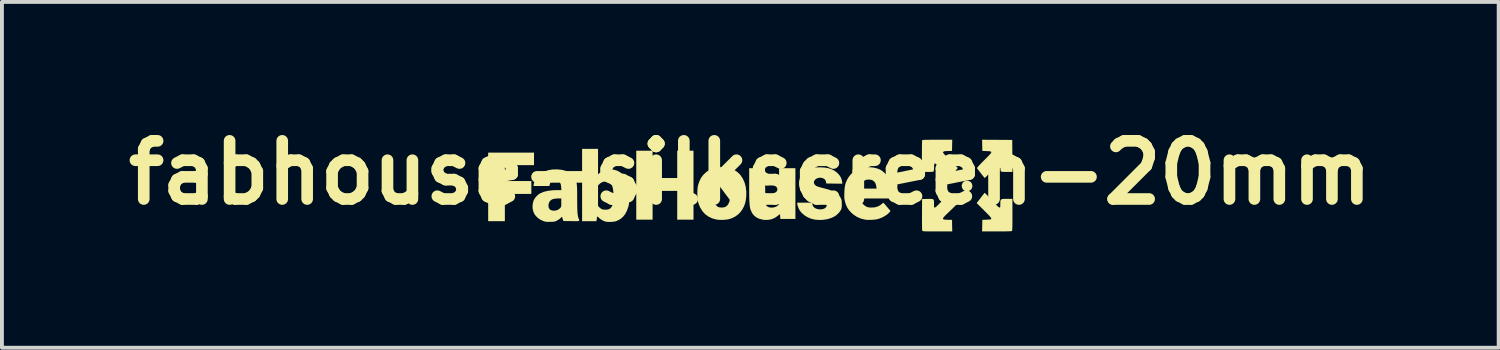
<source format=kicad_pcb>
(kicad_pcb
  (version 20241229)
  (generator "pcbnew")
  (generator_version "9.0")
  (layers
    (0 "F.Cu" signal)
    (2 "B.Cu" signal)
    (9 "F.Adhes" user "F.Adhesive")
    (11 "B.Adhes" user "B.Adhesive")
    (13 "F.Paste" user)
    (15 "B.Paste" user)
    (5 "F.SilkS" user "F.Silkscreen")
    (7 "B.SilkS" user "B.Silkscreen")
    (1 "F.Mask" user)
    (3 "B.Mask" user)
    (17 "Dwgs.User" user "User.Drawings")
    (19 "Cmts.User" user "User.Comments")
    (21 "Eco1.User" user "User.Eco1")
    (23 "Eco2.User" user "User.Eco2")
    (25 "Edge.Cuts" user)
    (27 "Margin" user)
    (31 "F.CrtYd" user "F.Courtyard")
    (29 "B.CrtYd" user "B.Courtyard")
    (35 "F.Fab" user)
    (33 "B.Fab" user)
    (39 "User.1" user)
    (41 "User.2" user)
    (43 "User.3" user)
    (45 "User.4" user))
  (footprint "fabhouse-silkscreen-20mm"
    (layer "F.Cu")
    (at 16.3 1.404)
    (property "Reference" "fabhouse-silkscreen-20mm" (at 0 0 0) (layer "F.SilkS") (effects (font (size 1.5 1.5) (thickness 0.3))))
    (attr board_only exclude_from_pos_files exclude_from_bom)
    (fp_poly (pts (xy -5.578 -0.357) (xy -5.578 -0.195) (xy -5.954 -0.195) (xy -6.33 -0.195) (xy -6.33 0.01) (xy -6.33 0.215) (xy -5.989 0.215) (xy -5.647 0.215) (xy -5.647 0.381) (xy -5.647 0.547) (xy -5.989 0.547) (xy -6.33 0.547) (xy -6.33 0.899) (xy -6.33 1.25) (xy -6.545 1.25) (xy -6.76 1.25) (xy -6.76 0.366) (xy -6.76 -0.518) (xy -6.169 -0.518) (xy -5.578 -0.518)) (stroke (width 0) (type solid)) (fill yes) (layer "F.SilkS"))
    (fp_poly (pts (xy 5.619 0.208) (xy 5.661 0.224) (xy 5.696 0.253) (xy 5.711 0.275) (xy 5.726 0.323) (xy 5.725 0.369) (xy 5.709 0.41) (xy 5.682 0.443) (xy 5.646 0.467) (xy 5.603 0.478) (xy 5.556 0.475) (xy 5.52 0.461) (xy 5.484 0.431) (xy 5.461 0.39) (xy 5.452 0.343) (xy 5.46 0.294) (xy 5.467 0.278) (xy 5.494 0.241) (xy 5.531 0.217) (xy 5.575 0.206)) (stroke (width 0) (type solid)) (fill yes) (layer "F.SilkS"))
    (fp_poly (pts (xy -2.52 -0.215) (xy -2.52 0.137) (xy -2.203 0.137) (xy -1.885 0.137) (xy -1.885 -0.215) (xy -1.885 -0.567) (xy -1.675 -0.567) (xy -1.465 -0.567) (xy -1.465 0.322) (xy -1.465 1.211) (xy -1.675 1.211) (xy -1.885 1.211) (xy -1.885 0.84) (xy -1.885 0.469) (xy -2.203 0.469) (xy -2.52 0.469) (xy -2.52 0.84) (xy -2.52 1.211) (xy -2.731 1.211) (xy -2.941 1.211) (xy -2.941 0.322) (xy -2.941 -0.567) (xy -2.731 -0.567) (xy -2.52 -0.567)) (stroke (width 0) (type solid)) (fill yes) (layer "F.SilkS"))
    (fp_poly (pts (xy 6.367 -0.848) (xy 6.755 -0.845) (xy 6.758 -0.432) (xy 6.761 -0.02) (xy 6.621 -0.02) (xy 6.57 -0.02) (xy 6.525 -0.022) (xy 6.491 -0.025) (xy 6.47 -0.028) (xy 6.467 -0.029) (xy 6.46 -0.039) (xy 6.455 -0.059) (xy 6.451 -0.093) (xy 6.449 -0.141) (xy 6.447 -0.187) (xy 6.445 -0.217) (xy 6.442 -0.235) (xy 6.436 -0.242) (xy 6.428 -0.244) (xy 6.416 -0.237) (xy 6.393 -0.217) (xy 6.359 -0.185) (xy 6.317 -0.143) (xy 6.268 -0.092) (xy 6.232 -0.054) (xy 6.184 -0.003) (xy 6.141 0.042) (xy 6.104 0.081) (xy 6.075 0.111) (xy 6.055 0.13) (xy 6.047 0.137) (xy 6.039 0.129) (xy 6.021 0.109) (xy 5.996 0.079) (xy 5.966 0.041) (xy 5.948 0.017) (xy 5.915 -0.025) (xy 5.886 -0.063) (xy 5.864 -0.092) (xy 5.85 -0.111) (xy 5.847 -0.116) (xy 5.85 -0.125) (xy 5.863 -0.144) (xy 5.888 -0.173) (xy 5.926 -0.214) (xy 5.977 -0.266) (xy 6.034 -0.324) (xy 6.096 -0.386) (xy 6.144 -0.435) (xy 6.18 -0.474) (xy 6.204 -0.503) (xy 6.215 -0.523) (xy 6.214 -0.538) (xy 6.202 -0.546) (xy 6.179 -0.552) (xy 6.146 -0.555) (xy 6.102 -0.557) (xy 6.095 -0.557) (xy 5.984 -0.562) (xy 5.981 -0.706) (xy 5.978 -0.85)) (stroke (width 0) (type solid)) (fill yes) (layer "F.SilkS"))
    (fp_poly (pts (xy 5.25 0.651) (xy 5.355 0.786) (xy 5.158 0.978) (xy 5.1 1.034) (xy 5.054 1.078) (xy 5.02 1.112) (xy 4.996 1.138) (xy 4.981 1.157) (xy 4.972 1.17) (xy 4.969 1.179) (xy 4.97 1.187) (xy 4.971 1.19) (xy 4.978 1.199) (xy 4.988 1.205) (xy 5.005 1.209) (xy 5.034 1.212) (xy 5.077 1.213) (xy 5.092 1.214) (xy 5.202 1.216) (xy 5.205 1.365) (xy 5.208 1.514) (xy 4.827 1.514) (xy 4.73 1.514) (xy 4.652 1.514) (xy 4.589 1.514) (xy 4.54 1.513) (xy 4.503 1.512) (xy 4.477 1.51) (xy 4.459 1.508) (xy 4.447 1.505) (xy 4.441 1.502) (xy 4.437 1.497) (xy 4.435 1.495) (xy 4.433 1.479) (xy 4.43 1.444) (xy 4.429 1.39) (xy 4.428 1.316) (xy 4.427 1.224) (xy 4.428 1.113) (xy 4.428 1.077) (xy 4.43 0.679) (xy 4.569 0.676) (xy 4.63 0.675) (xy 4.674 0.676) (xy 4.704 0.681) (xy 4.723 0.692) (xy 4.733 0.711) (xy 4.737 0.74) (xy 4.738 0.781) (xy 4.738 0.802) (xy 4.738 0.846) (xy 4.739 0.874) (xy 4.742 0.89) (xy 4.748 0.897) (xy 4.757 0.899) (xy 4.76 0.899) (xy 4.773 0.894) (xy 4.794 0.878) (xy 4.823 0.851) (xy 4.863 0.811) (xy 4.914 0.757) (xy 4.921 0.75) (xy 4.965 0.702) (xy 5.009 0.656) (xy 5.048 0.615) (xy 5.079 0.582) (xy 5.101 0.56) (xy 5.103 0.558) (xy 5.146 0.516)) (stroke (width 0) (type solid)) (fill yes) (layer "F.SilkS"))
    (fp_poly (pts (xy 6.046 0.523) (xy 6.056 0.529) (xy 6.069 0.541) (xy 6.089 0.56) (xy 6.115 0.588) (xy 6.15 0.624) (xy 6.194 0.672) (xy 6.249 0.731) (xy 6.316 0.803) (xy 6.321 0.807) (xy 6.363 0.851) (xy 6.397 0.881) (xy 6.419 0.896) (xy 6.426 0.898) (xy 6.436 0.897) (xy 6.442 0.892) (xy 6.446 0.879) (xy 6.447 0.855) (xy 6.448 0.815) (xy 6.448 0.806) (xy 6.448 0.759) (xy 6.451 0.725) (xy 6.46 0.701) (xy 6.476 0.687) (xy 6.503 0.678) (xy 6.543 0.675) (xy 6.599 0.674) (xy 6.624 0.674) (xy 6.76 0.674) (xy 6.76 1.082) (xy 6.76 1.19) (xy 6.76 1.279) (xy 6.759 1.352) (xy 6.758 1.409) (xy 6.756 1.451) (xy 6.754 1.48) (xy 6.751 1.497) (xy 6.749 1.503) (xy 6.74 1.506) (xy 6.72 1.508) (xy 6.688 1.51) (xy 6.642 1.512) (xy 6.581 1.513) (xy 6.504 1.514) (xy 6.409 1.514) (xy 6.358 1.514) (xy 5.978 1.514) (xy 5.981 1.365) (xy 5.984 1.216) (xy 6.095 1.211) (xy 6.14 1.209) (xy 6.175 1.207) (xy 6.2 1.202) (xy 6.213 1.194) (xy 6.215 1.181) (xy 6.206 1.161) (xy 6.185 1.133) (xy 6.151 1.096) (xy 6.104 1.049) (xy 6.044 0.989) (xy 6.033 0.977) (xy 5.838 0.783) (xy 5.926 0.669) (xy 5.958 0.627) (xy 5.987 0.589) (xy 6.011 0.558) (xy 6.026 0.538) (xy 6.029 0.534) (xy 6.033 0.529) (xy 6.037 0.524) (xy 6.04 0.522)) (stroke (width 0) (type solid)) (fill yes) (layer "F.SilkS"))
    (fp_poly (pts (xy 0.383 0.339) (xy 0.384 0.45) (xy 0.385 0.543) (xy 0.386 0.62) (xy 0.387 0.683) (xy 0.389 0.733) (xy 0.392 0.772) (xy 0.396 0.801) (xy 0.402 0.824) (xy 0.408 0.84) (xy 0.417 0.852) (xy 0.428 0.862) (xy 0.44 0.871) (xy 0.448 0.876) (xy 0.491 0.894) (xy 0.542 0.901) (xy 0.597 0.896) (xy 0.65 0.882) (xy 0.696 0.858) (xy 0.723 0.833) (xy 0.727 0.827) (xy 0.731 0.819) (xy 0.734 0.808) (xy 0.737 0.793) (xy 0.739 0.771) (xy 0.74 0.74) (xy 0.741 0.7) (xy 0.742 0.648) (xy 0.742 0.583) (xy 0.742 0.502) (xy 0.742 0.405) (xy 0.742 0.345) (xy 0.742 -0.117) (xy 0.953 -0.117) (xy 1.163 -0.117) (xy 1.163 0.537) (xy 1.163 1.192) (xy 0.967 1.192) (xy 0.772 1.192) (xy 0.772 1.15) (xy 0.77 1.118) (xy 0.767 1.092) (xy 0.766 1.087) (xy 0.762 1.076) (xy 0.755 1.074) (xy 0.742 1.081) (xy 0.72 1.101) (xy 0.714 1.107) (xy 0.64 1.16) (xy 0.557 1.197) (xy 0.468 1.216) (xy 0.372 1.218) (xy 0.322 1.211) (xy 0.233 1.189) (xy 0.158 1.154) (xy 0.098 1.106) (xy 0.049 1.045) (xy 0.012 0.968) (xy 0.011 0.965) (xy 0.002 0.938) (xy -0.006 0.908) (xy -0.012 0.873) (xy -0.017 0.832) (xy -0.021 0.783) (xy -0.024 0.725) (xy -0.027 0.655) (xy -0.028 0.571) (xy -0.029 0.472) (xy -0.029 0.356) (xy -0.029 0.315) (xy -0.029 -0.117) (xy 0.176 -0.117) (xy 0.38 -0.117)) (stroke (width 0) (type solid)) (fill yes) (layer "F.SilkS"))
    (fp_poly (pts (xy 5.205 -0.706) (xy 5.202 -0.562) (xy 5.098 -0.559) (xy 5.051 -0.557) (xy 5.018 -0.555) (xy 4.997 -0.55) (xy 4.984 -0.543) (xy 4.977 -0.537) (xy 4.972 -0.531) (xy 4.97 -0.524) (xy 4.973 -0.515) (xy 4.981 -0.503) (xy 4.996 -0.484) (xy 5.019 -0.459) (xy 5.052 -0.425) (xy 5.096 -0.38) (xy 5.152 -0.323) (xy 5.155 -0.32) (xy 5.351 -0.122) (xy 5.252 0.004) (xy 5.218 0.047) (xy 5.188 0.083) (xy 5.164 0.112) (xy 5.148 0.129) (xy 5.144 0.133) (xy 5.134 0.127) (xy 5.114 0.109) (xy 5.084 0.079) (xy 5.047 0.041) (xy 5.003 -0.004) (xy 4.958 -0.052) (xy 4.895 -0.118) (xy 4.844 -0.17) (xy 4.805 -0.208) (xy 4.778 -0.231) (xy 4.763 -0.239) (xy 4.763 -0.239) (xy 4.754 -0.238) (xy 4.748 -0.231) (xy 4.744 -0.216) (xy 4.742 -0.188) (xy 4.74 -0.145) (xy 4.74 -0.142) (xy 4.738 -0.1) (xy 4.734 -0.064) (xy 4.73 -0.039) (xy 4.727 -0.032) (xy 4.716 -0.027) (xy 4.695 -0.023) (xy 4.659 -0.021) (xy 4.607 -0.02) (xy 4.571 -0.02) (xy 4.425 -0.02) (xy 4.425 -0.419) (xy 4.426 -0.506) (xy 4.426 -0.587) (xy 4.427 -0.661) (xy 4.427 -0.724) (xy 4.428 -0.775) (xy 4.43 -0.811) (xy 4.431 -0.832) (xy 4.431 -0.834) (xy 4.435 -0.838) (xy 4.442 -0.842) (xy 4.456 -0.844) (xy 4.477 -0.846) (xy 4.508 -0.848) (xy 4.55 -0.849) (xy 4.606 -0.849) (xy 4.677 -0.85) (xy 4.764 -0.85) (xy 4.822 -0.85) (xy 5.208 -0.85)) (stroke (width 0) (type solid)) (fill yes) (layer "F.SilkS"))
    (fp_poly (pts (xy -3.927 -0.286) (xy -3.927 0.043) (xy -3.895 0.013) (xy -3.829 -0.036) (xy -3.752 -0.069) (xy -3.668 -0.086) (xy -3.629 -0.088) (xy -3.528 -0.08) (xy -3.438 -0.054) (xy -3.358 -0.013) (xy -3.288 0.045) (xy -3.229 0.119) (xy -3.182 0.209) (xy -3.145 0.315) (xy -3.144 0.318) (xy -3.137 0.347) (xy -3.131 0.376) (xy -3.127 0.407) (xy -3.125 0.445) (xy -3.124 0.493) (xy -3.123 0.555) (xy -3.123 0.596) (xy -3.123 0.667) (xy -3.124 0.722) (xy -3.126 0.765) (xy -3.129 0.799) (xy -3.133 0.829) (xy -3.14 0.857) (xy -3.144 0.873) (xy -3.181 0.978) (xy -3.228 1.068) (xy -3.287 1.142) (xy -3.356 1.199) (xy -3.437 1.24) (xy -3.466 1.251) (xy -3.512 1.261) (xy -3.567 1.267) (xy -3.626 1.27) (xy -3.682 1.268) (xy -3.729 1.262) (xy -3.752 1.256) (xy -3.823 1.224) (xy -3.88 1.184) (xy -3.902 1.164) (xy -3.928 1.139) (xy -3.945 1.131) (xy -3.954 1.139) (xy -3.957 1.162) (xy -3.959 1.193) (xy -3.963 1.22) (xy -3.969 1.25) (xy -4.153 1.25) (xy -4.338 1.25) (xy -4.338 0.857) (xy -3.927 0.857) (xy -3.89 0.896) (xy -3.853 0.927) (xy -3.814 0.946) (xy -3.766 0.953) (xy -3.72 0.953) (xy -3.675 0.949) (xy -3.642 0.939) (xy -3.62 0.927) (xy -3.586 0.895) (xy -3.561 0.85) (xy -3.543 0.791) (xy -3.532 0.716) (xy -3.528 0.625) (xy -3.529 0.553) (xy -3.535 0.463) (xy -3.547 0.39) (xy -3.565 0.332) (xy -3.591 0.289) (xy -3.624 0.259) (xy -3.667 0.239) (xy -3.682 0.235) (xy -3.747 0.228) (xy -3.808 0.239) (xy -3.863 0.268) (xy -3.886 0.288) (xy -3.927 0.33) (xy -3.927 0.593) (xy -3.927 0.857) (xy -4.338 0.857) (xy -4.338 0.318) (xy -4.338 -0.615) (xy -4.132 -0.615) (xy -3.927 -0.615)) (stroke (width 0) (type solid)) (fill yes) (layer "F.SilkS"))
    (fp_poly (pts (xy -0.68 -0.143) (xy -0.638 -0.138) (xy -0.62 -0.135) (xy -0.512 -0.109) (xy -0.418 -0.071) (xy -0.338 -0.021) (xy -0.27 0.043) (xy -0.254 0.061) (xy -0.194 0.151) (xy -0.148 0.253) (xy -0.118 0.364) (xy -0.104 0.483) (xy -0.105 0.61) (xy -0.107 0.63) (xy -0.115 0.7) (xy -0.126 0.758) (xy -0.141 0.81) (xy -0.163 0.864) (xy -0.178 0.898) (xy -0.23 0.985) (xy -0.297 1.061) (xy -0.377 1.123) (xy -0.469 1.171) (xy -0.543 1.196) (xy -0.599 1.207) (xy -0.666 1.214) (xy -0.738 1.217) (xy -0.808 1.215) (xy -0.867 1.209) (xy -0.874 1.207) (xy -0.982 1.178) (xy -1.077 1.133) (xy -1.16 1.074) (xy -1.229 1) (xy -1.286 0.911) (xy -1.295 0.894) (xy -1.324 0.826) (xy -1.346 0.76) (xy -1.359 0.692) (xy -1.365 0.617) (xy -1.366 0.536) (xy -0.957 0.536) (xy -0.955 0.621) (xy -0.948 0.69) (xy -0.936 0.746) (xy -0.918 0.791) (xy -0.918 0.791) (xy -0.892 0.831) (xy -0.857 0.865) (xy -0.822 0.887) (xy -0.821 0.888) (xy -0.788 0.895) (xy -0.745 0.898) (xy -0.7 0.896) (xy -0.662 0.889) (xy -0.651 0.885) (xy -0.604 0.856) (xy -0.568 0.809) (xy -0.54 0.746) (xy -0.522 0.666) (xy -0.518 0.637) (xy -0.512 0.54) (xy -0.516 0.45) (xy -0.529 0.369) (xy -0.551 0.3) (xy -0.582 0.246) (xy -0.602 0.223) (xy -0.637 0.197) (xy -0.677 0.182) (xy -0.727 0.176) (xy -0.741 0.176) (xy -0.801 0.183) (xy -0.852 0.206) (xy -0.892 0.245) (xy -0.922 0.3) (xy -0.943 0.371) (xy -0.955 0.459) (xy -0.957 0.536) (xy -1.366 0.536) (xy -1.366 0.529) (xy -1.365 0.499) (xy -1.363 0.439) (xy -1.359 0.393) (xy -1.354 0.356) (xy -1.347 0.323) (xy -1.337 0.288) (xy -1.331 0.272) (xy -1.302 0.196) (xy -1.27 0.134) (xy -1.231 0.078) (xy -1.197 0.04) (xy -1.128 -0.023) (xy -1.053 -0.071) (xy -0.969 -0.107) (xy -0.873 -0.13) (xy -0.815 -0.138) (xy -0.761 -0.143) (xy -0.719 -0.145)) (stroke (width 0) (type solid)) (fill yes) (layer "F.SilkS"))
    (fp_poly (pts (xy 3.186 -0.131) (xy 3.283 -0.106) (xy 3.356 -0.075) (xy 3.412 -0.038) (xy 3.469 0.012) (xy 3.521 0.068) (xy 3.562 0.126) (xy 3.573 0.147) (xy 3.602 0.211) (xy 3.623 0.279) (xy 3.638 0.355) (xy 3.647 0.442) (xy 3.651 0.515) (xy 3.656 0.664) (xy 3.25 0.664) (xy 3.147 0.664) (xy 3.063 0.664) (xy 2.995 0.665) (xy 2.942 0.666) (xy 2.902 0.668) (xy 2.873 0.671) (xy 2.855 0.676) (xy 2.845 0.683) (xy 2.843 0.692) (xy 2.845 0.704) (xy 2.852 0.718) (xy 2.86 0.736) (xy 2.863 0.742) (xy 2.901 0.804) (xy 2.954 0.852) (xy 2.994 0.875) (xy 3.025 0.888) (xy 3.057 0.895) (xy 3.096 0.898) (xy 3.127 0.899) (xy 3.211 0.893) (xy 3.282 0.874) (xy 3.344 0.842) (xy 3.381 0.813) (xy 3.406 0.792) (xy 3.427 0.78) (xy 3.438 0.778) (xy 3.438 0.778) (xy 3.447 0.788) (xy 3.465 0.81) (xy 3.492 0.841) (xy 3.523 0.878) (xy 3.531 0.887) (xy 3.616 0.987) (xy 3.593 1.016) (xy 3.55 1.06) (xy 3.492 1.103) (xy 3.424 1.143) (xy 3.35 1.175) (xy 3.287 1.196) (xy 3.24 1.205) (xy 3.18 1.212) (xy 3.114 1.216) (xy 3.049 1.217) (xy 2.992 1.214) (xy 2.965 1.211) (xy 2.854 1.184) (xy 2.753 1.141) (xy 2.661 1.081) (xy 2.599 1.026) (xy 2.541 0.961) (xy 2.497 0.894) (xy 2.464 0.818) (xy 2.441 0.741) (xy 2.433 0.706) (xy 2.427 0.674) (xy 2.424 0.64) (xy 2.424 0.599) (xy 2.425 0.546) (xy 2.426 0.514) (xy 2.429 0.435) (xy 2.432 0.41) (xy 2.835 0.41) (xy 3.045 0.41) (xy 3.256 0.41) (xy 3.249 0.355) (xy 3.234 0.289) (xy 3.206 0.239) (xy 3.165 0.203) (xy 3.112 0.182) (xy 3.055 0.176) (xy 2.997 0.181) (xy 2.951 0.198) (xy 2.913 0.228) (xy 2.907 0.236) (xy 2.875 0.282) (xy 2.853 0.338) (xy 2.844 0.37) (xy 2.835 0.41) (xy 2.432 0.41) (xy 2.436 0.371) (xy 2.446 0.316) (xy 2.461 0.265) (xy 2.481 0.214) (xy 2.499 0.176) (xy 2.536 0.114) (xy 2.584 0.052) (xy 2.639 -0.004) (xy 2.693 -0.047) (xy 2.695 -0.048) (xy 2.78 -0.092) (xy 2.876 -0.122) (xy 2.978 -0.139) (xy 3.083 -0.142)) (stroke (width 0) (type solid)) (fill yes) (layer "F.SilkS"))
    (fp_poly (pts (xy 1.914 -0.133) (xy 2.011 -0.117) (xy 2.096 -0.09) (xy 2.171 -0.051) (xy 2.239 0.002) (xy 2.258 0.019) (xy 2.307 0.076) (xy 2.34 0.133) (xy 2.361 0.197) (xy 2.368 0.237) (xy 2.374 0.284) (xy 2.166 0.281) (xy 1.959 0.278) (xy 1.953 0.244) (xy 1.941 0.2) (xy 1.919 0.169) (xy 1.883 0.146) (xy 1.882 0.146) (xy 1.834 0.131) (xy 1.786 0.129) (xy 1.741 0.138) (xy 1.701 0.156) (xy 1.67 0.181) (xy 1.648 0.211) (xy 1.64 0.245) (xy 1.646 0.281) (xy 1.662 0.307) (xy 1.676 0.322) (xy 1.693 0.336) (xy 1.717 0.349) (xy 1.749 0.361) (xy 1.792 0.374) (xy 1.85 0.39) (xy 1.911 0.405) (xy 2.015 0.434) (xy 2.102 0.464) (xy 2.173 0.496) (xy 2.231 0.531) (xy 2.276 0.572) (xy 2.312 0.617) (xy 2.332 0.653) (xy 2.345 0.68) (xy 2.353 0.705) (xy 2.357 0.732) (xy 2.359 0.768) (xy 2.359 0.811) (xy 2.359 0.86) (xy 2.356 0.895) (xy 2.351 0.922) (xy 2.343 0.946) (xy 2.335 0.962) (xy 2.304 1.01) (xy 2.26 1.059) (xy 2.209 1.103) (xy 2.164 1.132) (xy 2.079 1.171) (xy 1.982 1.199) (xy 1.878 1.215) (xy 1.771 1.219) (xy 1.67 1.211) (xy 1.573 1.188) (xy 1.482 1.151) (xy 1.399 1.101) (xy 1.327 1.039) (xy 1.279 0.981) (xy 1.26 0.947) (xy 1.24 0.904) (xy 1.224 0.859) (xy 1.214 0.819) (xy 1.211 0.796) (xy 1.211 0.772) (xy 1.402 0.772) (xy 1.592 0.772) (xy 1.598 0.799) (xy 1.606 0.829) (xy 1.614 0.853) (xy 1.637 0.888) (xy 1.673 0.915) (xy 1.719 0.934) (xy 1.77 0.944) (xy 1.823 0.946) (xy 1.873 0.938) (xy 1.916 0.921) (xy 1.949 0.894) (xy 1.959 0.88) (xy 1.972 0.84) (xy 1.968 0.804) (xy 1.957 0.781) (xy 1.941 0.763) (xy 1.914 0.745) (xy 1.875 0.727) (xy 1.821 0.707) (xy 1.751 0.686) (xy 1.69 0.67) (xy 1.594 0.641) (xy 1.514 0.611) (xy 1.448 0.578) (xy 1.393 0.541) (xy 1.358 0.509) (xy 1.306 0.447) (xy 1.272 0.382) (xy 1.257 0.312) (xy 1.258 0.234) (xy 1.26 0.218) (xy 1.281 0.137) (xy 1.319 0.064) (xy 1.373 0.001) (xy 1.444 -0.053) (xy 1.529 -0.095) (xy 1.612 -0.123) (xy 1.655 -0.132) (xy 1.707 -0.137) (xy 1.772 -0.139) (xy 1.802 -0.139)) (stroke (width 0) (type solid)) (fill yes) (layer "F.SilkS"))
    (fp_poly (pts (xy -4.97 -0.085) (xy -4.863 -0.074) (xy -4.769 -0.051) (xy -4.689 -0.016) (xy -4.619 0.032) (xy -4.59 0.058) (xy -4.561 0.088) (xy -4.537 0.117) (xy -4.518 0.147) (xy -4.502 0.179) (xy -4.489 0.216) (xy -4.48 0.261) (xy -4.473 0.314) (xy -4.469 0.379) (xy -4.466 0.457) (xy -4.465 0.55) (xy -4.465 0.66) (xy -4.465 0.664) (xy -4.464 0.772) (xy -4.463 0.862) (xy -4.461 0.937) (xy -4.459 0.999) (xy -4.455 1.05) (xy -4.45 1.091) (xy -4.444 1.126) (xy -4.436 1.155) (xy -4.43 1.174) (xy -4.42 1.2) (xy -4.413 1.219) (xy -4.411 1.233) (xy -4.416 1.242) (xy -4.431 1.247) (xy -4.457 1.249) (xy -4.496 1.25) (xy -4.551 1.249) (xy -4.612 1.248) (xy -4.821 1.246) (xy -4.839 1.19) (xy -4.857 1.135) (xy -4.896 1.173) (xy -4.928 1.199) (xy -4.967 1.225) (xy -4.991 1.238) (xy -5.018 1.25) (xy -5.043 1.258) (xy -5.072 1.263) (xy -5.111 1.266) (xy -5.158 1.267) (xy -5.21 1.268) (xy -5.248 1.267) (xy -5.278 1.264) (xy -5.307 1.257) (xy -5.337 1.247) (xy -5.421 1.208) (xy -5.49 1.158) (xy -5.548 1.094) (xy -5.559 1.079) (xy -5.591 1.016) (xy -5.611 0.943) (xy -5.617 0.864) (xy -5.616 0.863) (xy -5.206 0.863) (xy -5.197 0.907) (xy -5.177 0.941) (xy -5.156 0.959) (xy -5.103 0.977) (xy -5.044 0.979) (xy -4.985 0.967) (xy -4.962 0.956) (xy -4.931 0.936) (xy -4.903 0.911) (xy -4.9 0.908) (xy -4.889 0.894) (xy -4.882 0.879) (xy -4.877 0.86) (xy -4.875 0.832) (xy -4.875 0.79) (xy -4.875 0.771) (xy -4.875 0.664) (xy -4.955 0.664) (xy -5.031 0.668) (xy -5.09 0.68) (xy -5.136 0.702) (xy -5.169 0.733) (xy -5.188 0.766) (xy -5.203 0.814) (xy -5.206 0.863) (xy -5.616 0.863) (xy -5.608 0.786) (xy -5.586 0.712) (xy -5.583 0.705) (xy -5.553 0.654) (xy -5.512 0.604) (xy -5.465 0.561) (xy -5.422 0.533) (xy -5.33 0.494) (xy -5.222 0.468) (xy -5.1 0.453) (xy -4.998 0.449) (xy -4.872 0.449) (xy -4.877 0.373) (xy -4.886 0.306) (xy -4.906 0.256) (xy -4.938 0.221) (xy -4.98 0.201) (xy -5.029 0.195) (xy -5.086 0.203) (xy -5.129 0.224) (xy -5.159 0.259) (xy -5.174 0.305) (xy -5.18 0.342) (xy -5.385 0.342) (xy -5.591 0.342) (xy -5.584 0.291) (xy -5.569 0.229) (xy -5.543 0.166) (xy -5.508 0.109) (xy -5.503 0.102) (xy -5.481 0.079) (xy -5.449 0.052) (xy -5.414 0.026) (xy -5.411 0.024) (xy -5.318 -0.028) (xy -5.218 -0.063) (xy -5.109 -0.083) (xy -4.99 -0.086)) (stroke (width 0) (type solid)) (fill yes) (layer "F.SilkS")))
  (gr_rect
    (start -3 -3)
    (end 35.6 5.918)
    (stroke (width 0.1) (type default))
    (fill no)
    (layer "Edge.Cuts")))
</source>
